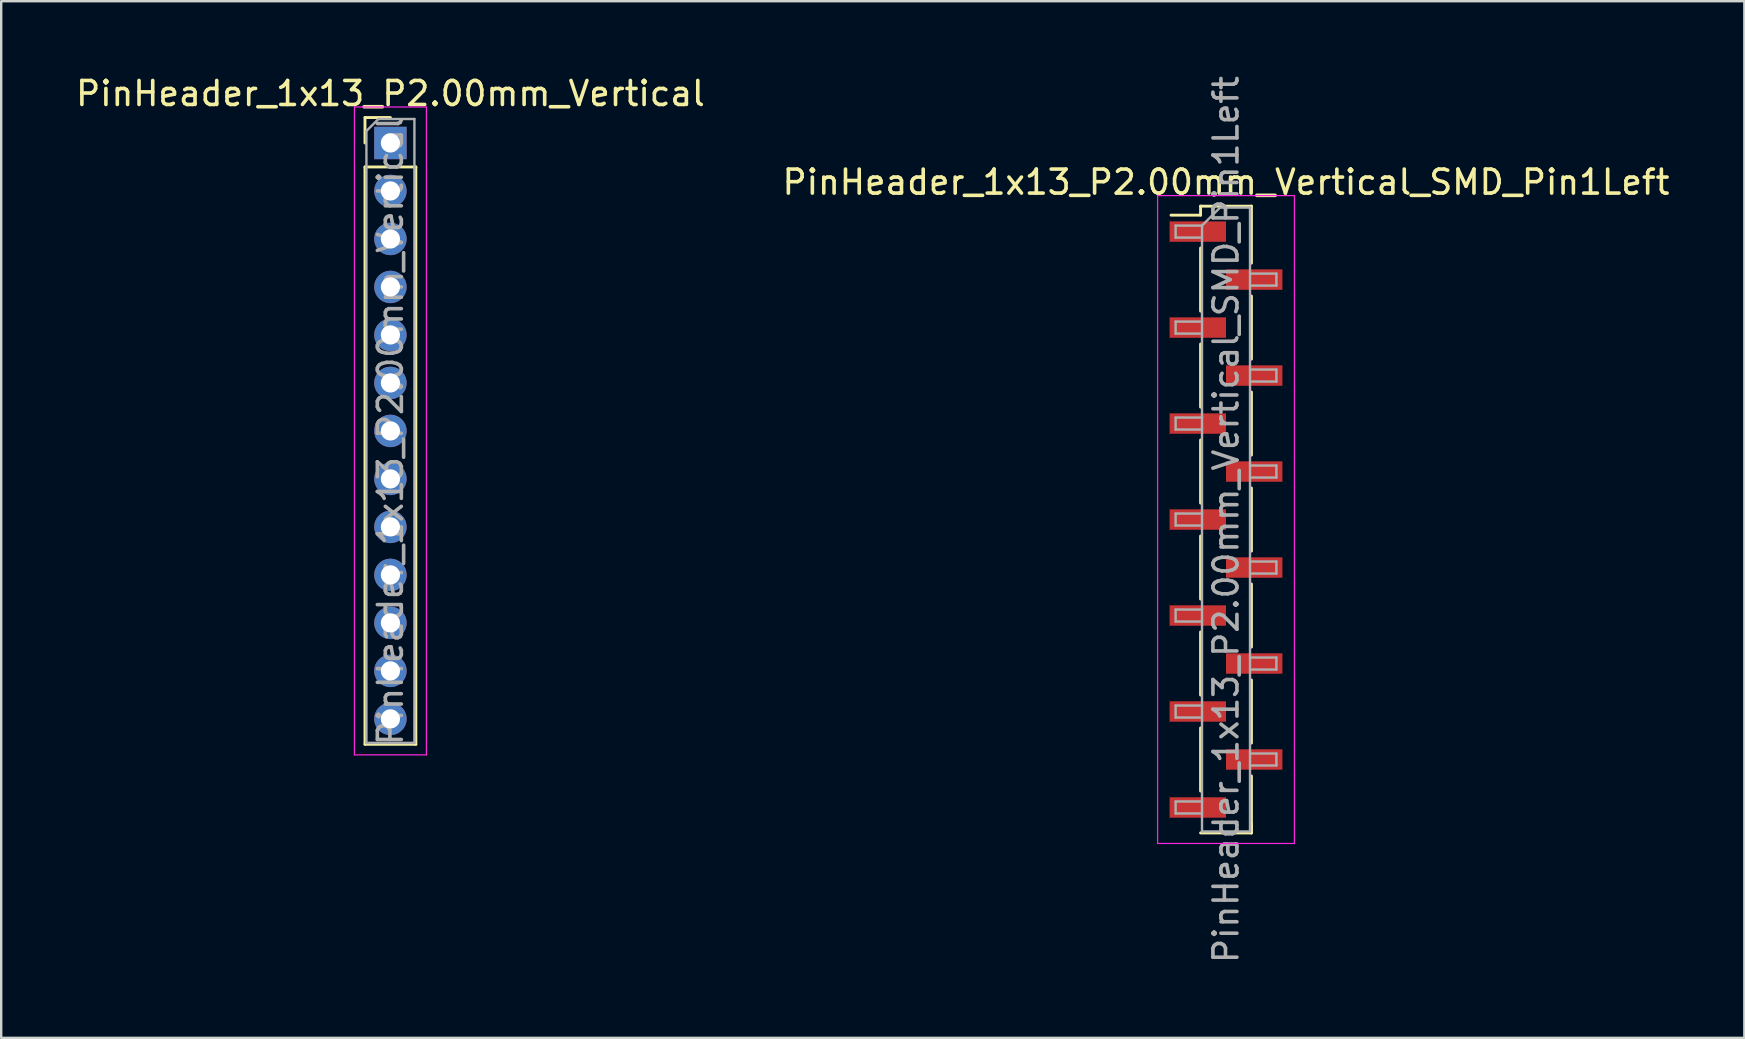
<source format=kicad_pcb>
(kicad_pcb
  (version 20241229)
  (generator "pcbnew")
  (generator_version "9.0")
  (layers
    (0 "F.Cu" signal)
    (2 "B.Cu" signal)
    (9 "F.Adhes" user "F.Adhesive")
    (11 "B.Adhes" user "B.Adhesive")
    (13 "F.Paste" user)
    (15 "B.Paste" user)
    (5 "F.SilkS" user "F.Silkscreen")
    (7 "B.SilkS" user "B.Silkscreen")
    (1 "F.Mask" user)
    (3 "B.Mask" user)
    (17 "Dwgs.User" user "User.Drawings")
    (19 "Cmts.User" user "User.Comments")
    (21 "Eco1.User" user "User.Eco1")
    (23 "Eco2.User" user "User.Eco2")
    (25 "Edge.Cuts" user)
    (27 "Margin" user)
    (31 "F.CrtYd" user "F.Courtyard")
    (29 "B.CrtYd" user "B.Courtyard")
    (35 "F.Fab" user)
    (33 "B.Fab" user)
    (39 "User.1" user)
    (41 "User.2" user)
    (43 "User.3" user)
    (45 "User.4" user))
  (footprint "PinHeader_1x13_P2.00mm_Vertical"
    (layer "F.Cu")
    (at 13.22 2.908)
    (property "Reference" "PinHeader_1x13_P2.00mm_Vertical" (at 0 -2.06 0) (layer "F.SilkS") (effects (font (size 1 1) (thickness 0.15))))
    (attr through_hole)
    (fp_line (start -1.06 -1.06) (end 0 -1.06) (stroke (width 0.12) (type solid)) (layer "F.SilkS"))
    (fp_line (start -1.06 0) (end -1.06 -1.06) (stroke (width 0.12) (type solid)) (layer "F.SilkS"))
    (fp_line (start -1.06 1) (end -1.06 25.06) (stroke (width 0.12) (type solid)) (layer "F.SilkS"))
    (fp_line (start -1.06 1) (end 1.06 1) (stroke (width 0.12) (type solid)) (layer "F.SilkS"))
    (fp_line (start -1.06 25.06) (end 1.06 25.06) (stroke (width 0.12) (type solid)) (layer "F.SilkS"))
    (fp_line (start 1.06 1) (end 1.06 25.06) (stroke (width 0.12) (type solid)) (layer "F.SilkS"))
    (fp_line (start -1.5 -1.5) (end -1.5 25.5) (stroke (width 0.05) (type solid)) (layer "F.CrtYd"))
    (fp_line (start -1.5 25.5) (end 1.5 25.5) (stroke (width 0.05) (type solid)) (layer "F.CrtYd"))
    (fp_line (start 1.5 -1.5) (end -1.5 -1.5) (stroke (width 0.05) (type solid)) (layer "F.CrtYd"))
    (fp_line (start 1.5 25.5) (end 1.5 -1.5) (stroke (width 0.05) (type solid)) (layer "F.CrtYd"))
    (fp_line (start -1 -0.5) (end -0.5 -1) (stroke (width 0.1) (type solid)) (layer "F.Fab"))
    (fp_line (start -1 25) (end -1 -0.5) (stroke (width 0.1) (type solid)) (layer "F.Fab"))
    (fp_line (start -0.5 -1) (end 1 -1) (stroke (width 0.1) (type solid)) (layer "F.Fab"))
    (fp_line (start 1 -1) (end 1 25) (stroke (width 0.1) (type solid)) (layer "F.Fab"))
    (fp_line (start 1 25) (end -1 25) (stroke (width 0.1) (type solid)) (layer "F.Fab"))
    (fp_text user "${REFERENCE}" (at 0 12 90) (layer "F.Fab") (effects (font (size 1 1) (thickness 0.15))))
    (pad "1" thru_hole rect (at 0 0) (size 1.35 1.35) (drill 0.8) (layers "*.Cu" "*.Mask"))
    (pad "2" thru_hole oval (at 0 2) (size 1.35 1.35) (drill 0.8) (layers "*.Cu" "*.Mask"))
    (pad "3" thru_hole oval (at 0 4) (size 1.35 1.35) (drill 0.8) (layers "*.Cu" "*.Mask"))
    (pad "4" thru_hole oval (at 0 6) (size 1.35 1.35) (drill 0.8) (layers "*.Cu" "*.Mask"))
    (pad "5" thru_hole oval (at 0 8) (size 1.35 1.35) (drill 0.8) (layers "*.Cu" "*.Mask"))
    (pad "6" thru_hole oval (at 0 10) (size 1.35 1.35) (drill 0.8) (layers "*.Cu" "*.Mask"))
    (pad "7" thru_hole oval (at 0 12) (size 1.35 1.35) (drill 0.8) (layers "*.Cu" "*.Mask"))
    (pad "8" thru_hole oval (at 0 14) (size 1.35 1.35) (drill 0.8) (layers "*.Cu" "*.Mask"))
    (pad "9" thru_hole oval (at 0 16) (size 1.35 1.35) (drill 0.8) (layers "*.Cu" "*.Mask"))
    (pad "10" thru_hole oval (at 0 18) (size 1.35 1.35) (drill 0.8) (layers "*.Cu" "*.Mask"))
    (pad "11" thru_hole oval (at 0 20) (size 1.35 1.35) (drill 0.8) (layers "*.Cu" "*.Mask"))
    (pad "12" thru_hole oval (at 0 22) (size 1.35 1.35) (drill 0.8) (layers "*.Cu" "*.Mask"))
    (pad "13" thru_hole oval (at 0 24) (size 1.35 1.35) (drill 0.8) (layers "*.Cu" "*.Mask")))
  (footprint "PinHeader_1x13_P2.00mm_Vertical_SMD_Pin1Left"
    (layer "F.Cu")
    (at 48.042 18.601)
    (property "Reference" "PinHeader_1x13_P2.00mm_Vertical_SMD_Pin1Left" (at 0 -14.06 0) (layer "F.SilkS") (effects (font (size 1 1) (thickness 0.15))))
    (attr smd)
    (fp_line (start -1.06 -13.06) (end -1.06 -12.685) (stroke (width 0.12) (type solid)) (layer "F.SilkS"))
    (fp_line (start -1.06 -13.06) (end 1.06 -13.06) (stroke (width 0.12) (type solid)) (layer "F.SilkS"))
    (fp_line (start -1.06 -12.685) (end -2.29 -12.685) (stroke (width 0.12) (type solid)) (layer "F.SilkS"))
    (fp_line (start -1.06 -11.315) (end -1.06 -8.685) (stroke (width 0.12) (type solid)) (layer "F.SilkS"))
    (fp_line (start -1.06 -7.315) (end -1.06 -4.685) (stroke (width 0.12) (type solid)) (layer "F.SilkS"))
    (fp_line (start -1.06 -3.315) (end -1.06 -0.685) (stroke (width 0.12) (type solid)) (layer "F.SilkS"))
    (fp_line (start -1.06 0.685) (end -1.06 3.315) (stroke (width 0.12) (type solid)) (layer "F.SilkS"))
    (fp_line (start -1.06 4.685) (end -1.06 7.315) (stroke (width 0.12) (type solid)) (layer "F.SilkS"))
    (fp_line (start -1.06 8.685) (end -1.06 11.315) (stroke (width 0.12) (type solid)) (layer "F.SilkS"))
    (fp_line (start -1.06 13.06) (end 1.06 13.06) (stroke (width 0.12) (type solid)) (layer "F.SilkS"))
    (fp_line (start 1.06 -13.06) (end 1.06 -10.685) (stroke (width 0.12) (type solid)) (layer "F.SilkS"))
    (fp_line (start 1.06 -9.315) (end 1.06 -6.685) (stroke (width 0.12) (type solid)) (layer "F.SilkS"))
    (fp_line (start 1.06 -5.315) (end 1.06 -2.685) (stroke (width 0.12) (type solid)) (layer "F.SilkS"))
    (fp_line (start 1.06 -1.315) (end 1.06 1.315) (stroke (width 0.12) (type solid)) (layer "F.SilkS"))
    (fp_line (start 1.06 2.685) (end 1.06 5.315) (stroke (width 0.12) (type solid)) (layer "F.SilkS"))
    (fp_line (start 1.06 6.685) (end 1.06 9.315) (stroke (width 0.12) (type solid)) (layer "F.SilkS"))
    (fp_line (start 1.06 10.685) (end 1.06 13.06) (stroke (width 0.12) (type solid)) (layer "F.SilkS"))
    (fp_line (start 1.06 12.685) (end 1.06 13.06) (stroke (width 0.12) (type solid)) (layer "F.SilkS"))
    (fp_line (start -2.85 -13.5) (end -2.85 13.5) (stroke (width 0.05) (type solid)) (layer "F.CrtYd"))
    (fp_line (start -2.85 13.5) (end 2.85 13.5) (stroke (width 0.05) (type solid)) (layer "F.CrtYd"))
    (fp_line (start 2.85 -13.5) (end -2.85 -13.5) (stroke (width 0.05) (type solid)) (layer "F.CrtYd"))
    (fp_line (start 2.85 13.5) (end 2.85 -13.5) (stroke (width 0.05) (type solid)) (layer "F.CrtYd"))
    (fp_line (start -2.1 -12.25) (end -2.1 -11.75) (stroke (width 0.1) (type solid)) (layer "F.Fab"))
    (fp_line (start -2.1 -11.75) (end -1 -11.75) (stroke (width 0.1) (type solid)) (layer "F.Fab"))
    (fp_line (start -2.1 -8.25) (end -2.1 -7.75) (stroke (width 0.1) (type solid)) (layer "F.Fab"))
    (fp_line (start -2.1 -7.75) (end -1 -7.75) (stroke (width 0.1) (type solid)) (layer "F.Fab"))
    (fp_line (start -2.1 -4.25) (end -2.1 -3.75) (stroke (width 0.1) (type solid)) (layer "F.Fab"))
    (fp_line (start -2.1 -3.75) (end -1 -3.75) (stroke (width 0.1) (type solid)) (layer "F.Fab"))
    (fp_line (start -2.1 -0.25) (end -2.1 0.25) (stroke (width 0.1) (type solid)) (layer "F.Fab"))
    (fp_line (start -2.1 0.25) (end -1 0.25) (stroke (width 0.1) (type solid)) (layer "F.Fab"))
    (fp_line (start -2.1 3.75) (end -2.1 4.25) (stroke (width 0.1) (type solid)) (layer "F.Fab"))
    (fp_line (start -2.1 4.25) (end -1 4.25) (stroke (width 0.1) (type solid)) (layer "F.Fab"))
    (fp_line (start -2.1 7.75) (end -2.1 8.25) (stroke (width 0.1) (type solid)) (layer "F.Fab"))
    (fp_line (start -2.1 8.25) (end -1 8.25) (stroke (width 0.1) (type solid)) (layer "F.Fab"))
    (fp_line (start -2.1 11.75) (end -2.1 12.25) (stroke (width 0.1) (type solid)) (layer "F.Fab"))
    (fp_line (start -2.1 12.25) (end -1 12.25) (stroke (width 0.1) (type solid)) (layer "F.Fab"))
    (fp_line (start -1 -12.25) (end -2.1 -12.25) (stroke (width 0.1) (type solid)) (layer "F.Fab"))
    (fp_line (start -1 -12.25) (end -0.25 -13) (stroke (width 0.1) (type solid)) (layer "F.Fab"))
    (fp_line (start -1 -8.25) (end -2.1 -8.25) (stroke (width 0.1) (type solid)) (layer "F.Fab"))
    (fp_line (start -1 -4.25) (end -2.1 -4.25) (stroke (width 0.1) (type solid)) (layer "F.Fab"))
    (fp_line (start -1 -0.25) (end -2.1 -0.25) (stroke (width 0.1) (type solid)) (layer "F.Fab"))
    (fp_line (start -1 3.75) (end -2.1 3.75) (stroke (width 0.1) (type solid)) (layer "F.Fab"))
    (fp_line (start -1 7.75) (end -2.1 7.75) (stroke (width 0.1) (type solid)) (layer "F.Fab"))
    (fp_line (start -1 11.75) (end -2.1 11.75) (stroke (width 0.1) (type solid)) (layer "F.Fab"))
    (fp_line (start -1 13) (end -1 -12.25) (stroke (width 0.1) (type solid)) (layer "F.Fab"))
    (fp_line (start -0.25 -13) (end 1 -13) (stroke (width 0.1) (type solid)) (layer "F.Fab"))
    (fp_line (start 1 -13) (end 1 13) (stroke (width 0.1) (type solid)) (layer "F.Fab"))
    (fp_line (start 1 -10.25) (end 2.1 -10.25) (stroke (width 0.1) (type solid)) (layer "F.Fab"))
    (fp_line (start 1 -6.25) (end 2.1 -6.25) (stroke (width 0.1) (type solid)) (layer "F.Fab"))
    (fp_line (start 1 -2.25) (end 2.1 -2.25) (stroke (width 0.1) (type solid)) (layer "F.Fab"))
    (fp_line (start 1 1.75) (end 2.1 1.75) (stroke (width 0.1) (type solid)) (layer "F.Fab"))
    (fp_line (start 1 5.75) (end 2.1 5.75) (stroke (width 0.1) (type solid)) (layer "F.Fab"))
    (fp_line (start 1 9.75) (end 2.1 9.75) (stroke (width 0.1) (type solid)) (layer "F.Fab"))
    (fp_line (start 1 13) (end -1 13) (stroke (width 0.1) (type solid)) (layer "F.Fab"))
    (fp_line (start 2.1 -10.25) (end 2.1 -9.75) (stroke (width 0.1) (type solid)) (layer "F.Fab"))
    (fp_line (start 2.1 -9.75) (end 1 -9.75) (stroke (width 0.1) (type solid)) (layer "F.Fab"))
    (fp_line (start 2.1 -6.25) (end 2.1 -5.75) (stroke (width 0.1) (type solid)) (layer "F.Fab"))
    (fp_line (start 2.1 -5.75) (end 1 -5.75) (stroke (width 0.1) (type solid)) (layer "F.Fab"))
    (fp_line (start 2.1 -2.25) (end 2.1 -1.75) (stroke (width 0.1) (type solid)) (layer "F.Fab"))
    (fp_line (start 2.1 -1.75) (end 1 -1.75) (stroke (width 0.1) (type solid)) (layer "F.Fab"))
    (fp_line (start 2.1 1.75) (end 2.1 2.25) (stroke (width 0.1) (type solid)) (layer "F.Fab"))
    (fp_line (start 2.1 2.25) (end 1 2.25) (stroke (width 0.1) (type solid)) (layer "F.Fab"))
    (fp_line (start 2.1 5.75) (end 2.1 6.25) (stroke (width 0.1) (type solid)) (layer "F.Fab"))
    (fp_line (start 2.1 6.25) (end 1 6.25) (stroke (width 0.1) (type solid)) (layer "F.Fab"))
    (fp_line (start 2.1 9.75) (end 2.1 10.25) (stroke (width 0.1) (type solid)) (layer "F.Fab"))
    (fp_line (start 2.1 10.25) (end 1 10.25) (stroke (width 0.1) (type solid)) (layer "F.Fab"))
    (fp_text user "${REFERENCE}" (at 0 0 90) (layer "F.Fab") (effects (font (size 1 1) (thickness 0.15))))
    (pad "1" smd rect (at -1.175 -12) (size 2.35 0.85) (layers "F.Cu" "F.Mask" "F.Paste"))
    (pad "2" smd rect (at 1.175 -10) (size 2.35 0.85) (layers "F.Cu" "F.Mask" "F.Paste"))
    (pad "3" smd rect (at -1.175 -8) (size 2.35 0.85) (layers "F.Cu" "F.Mask" "F.Paste"))
    (pad "4" smd rect (at 1.175 -6) (size 2.35 0.85) (layers "F.Cu" "F.Mask" "F.Paste"))
    (pad "5" smd rect (at -1.175 -4) (size 2.35 0.85) (layers "F.Cu" "F.Mask" "F.Paste"))
    (pad "6" smd rect (at 1.175 -2) (size 2.35 0.85) (layers "F.Cu" "F.Mask" "F.Paste"))
    (pad "7" smd rect (at -1.175 0) (size 2.35 0.85) (layers "F.Cu" "F.Mask" "F.Paste"))
    (pad "8" smd rect (at 1.175 2) (size 2.35 0.85) (layers "F.Cu" "F.Mask" "F.Paste"))
    (pad "9" smd rect (at -1.175 4) (size 2.35 0.85) (layers "F.Cu" "F.Mask" "F.Paste"))
    (pad "10" smd rect (at 1.175 6) (size 2.35 0.85) (layers "F.Cu" "F.Mask" "F.Paste"))
    (pad "11" smd rect (at -1.175 8) (size 2.35 0.85) (layers "F.Cu" "F.Mask" "F.Paste"))
    (pad "12" smd rect (at 1.175 10) (size 2.35 0.85) (layers "F.Cu" "F.Mask" "F.Paste"))
    (pad "13" smd rect (at -1.175 12) (size 2.35 0.85) (layers "F.Cu" "F.Mask" "F.Paste")))
  (gr_rect
    (start -3 -3)
    (end 69.643 40.202)
    (stroke (width 0.1) (type default))
    (fill no)
    (layer "Edge.Cuts")))
</source>
